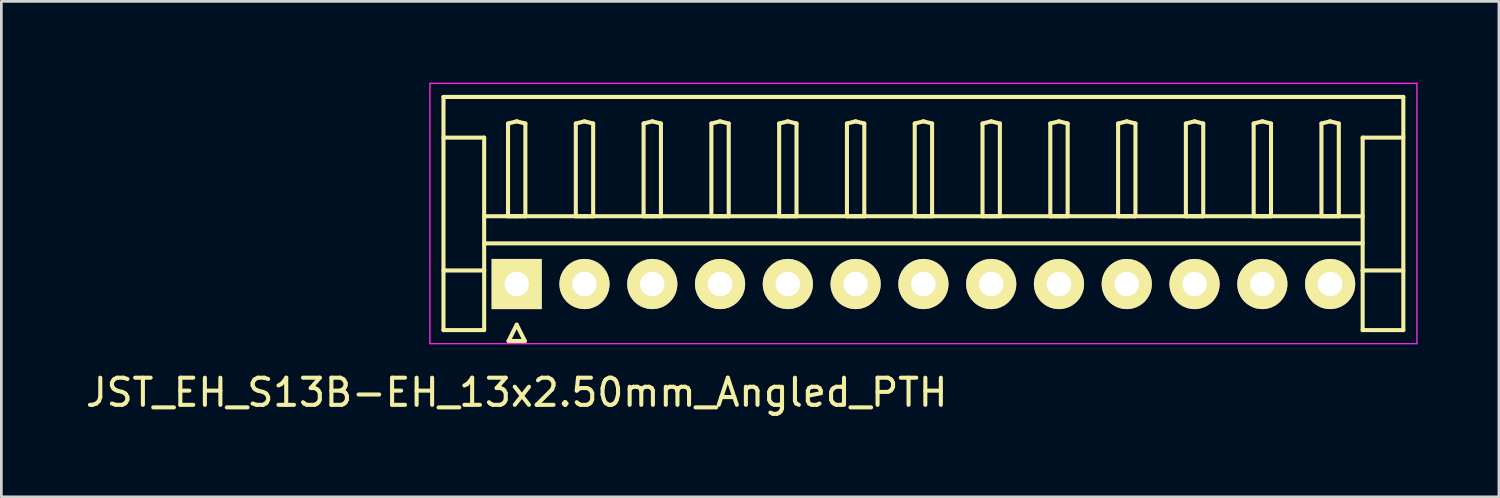
<source format=kicad_pcb>
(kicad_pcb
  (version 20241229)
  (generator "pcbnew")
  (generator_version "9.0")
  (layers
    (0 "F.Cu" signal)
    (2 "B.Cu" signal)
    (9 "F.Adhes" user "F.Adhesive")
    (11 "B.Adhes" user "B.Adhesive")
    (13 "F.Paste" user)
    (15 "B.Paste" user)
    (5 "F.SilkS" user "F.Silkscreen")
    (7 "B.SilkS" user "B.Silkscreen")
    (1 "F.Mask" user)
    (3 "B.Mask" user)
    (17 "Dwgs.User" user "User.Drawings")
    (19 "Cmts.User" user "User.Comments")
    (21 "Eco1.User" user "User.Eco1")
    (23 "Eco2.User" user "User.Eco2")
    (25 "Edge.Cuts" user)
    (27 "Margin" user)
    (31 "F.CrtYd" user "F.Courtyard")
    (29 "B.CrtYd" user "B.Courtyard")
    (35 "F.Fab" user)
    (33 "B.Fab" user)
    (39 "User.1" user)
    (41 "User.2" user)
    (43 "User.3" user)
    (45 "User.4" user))
  (footprint "JST_EH_S13B-EH_13x2.50mm_Angled_PTH"
    (layer "F.Cu")
    (at 16.006 7.425)
    (property "Reference" "JST_EH_S13B-EH_13x2.50mm_Angled_PTH" (at 0 4 0) (layer "F.SilkS") (effects (font (size 1 1) (thickness 0.15))))
    (attr through_hole)
    (fp_line (start -2.7 -6.9) (end 32.7 -6.9) (stroke (width 0.15) (type solid)) (layer "F.SilkS"))
    (fp_line (start -2.7 -5.4) (end -1.2 -5.4) (stroke (width 0.15) (type solid)) (layer "F.SilkS"))
    (fp_line (start -2.7 1.7) (end -2.7 -6.9) (stroke (width 0.15) (type solid)) (layer "F.SilkS"))
    (fp_line (start -1.2 -5.4) (end -1.2 -0.5) (stroke (width 0.15) (type solid)) (layer "F.SilkS"))
    (fp_line (start -1.2 -2.5) (end 31.2 -2.5) (stroke (width 0.15) (type solid)) (layer "F.SilkS"))
    (fp_line (start -1.2 -1.5) (end 31.2 -1.5) (stroke (width 0.15) (type solid)) (layer "F.SilkS"))
    (fp_line (start -1.2 -0.5) (end -2.7 -0.5) (stroke (width 0.15) (type solid)) (layer "F.SilkS"))
    (fp_line (start -1.2 -0.5) (end -1.2 1.7) (stroke (width 0.15) (type solid)) (layer "F.SilkS"))
    (fp_line (start -1.2 1.7) (end -2.7 1.7) (stroke (width 0.15) (type solid)) (layer "F.SilkS"))
    (fp_line (start -0.32 -5.92) (end 0 -6) (stroke (width 0.15) (type solid)) (layer "F.SilkS"))
    (fp_line (start -0.32 -2.5) (end -0.32 -5.92) (stroke (width 0.15) (type solid)) (layer "F.SilkS"))
    (fp_line (start -0.3 2.1) (end 0.3 2.1) (stroke (width 0.15) (type solid)) (layer "F.SilkS"))
    (fp_line (start 0 -6) (end 0.32 -5.92) (stroke (width 0.15) (type solid)) (layer "F.SilkS"))
    (fp_line (start 0 -2.5) (end -0.32 -2.5) (stroke (width 0.15) (type solid)) (layer "F.SilkS"))
    (fp_line (start 0 1.5) (end -0.3 2.1) (stroke (width 0.15) (type solid)) (layer "F.SilkS"))
    (fp_line (start 0.3 2.1) (end 0 1.5) (stroke (width 0.15) (type solid)) (layer "F.SilkS"))
    (fp_line (start 0.32 -5.92) (end 0.32 -2.5) (stroke (width 0.15) (type solid)) (layer "F.SilkS"))
    (fp_line (start 0.32 -2.5) (end 0 -2.5) (stroke (width 0.15) (type solid)) (layer "F.SilkS"))
    (fp_line (start 2.18 -5.92) (end 2.5 -6) (stroke (width 0.15) (type solid)) (layer "F.SilkS"))
    (fp_line (start 2.18 -2.5) (end 2.18 -5.92) (stroke (width 0.15) (type solid)) (layer "F.SilkS"))
    (fp_line (start 2.5 -6) (end 2.82 -5.92) (stroke (width 0.15) (type solid)) (layer "F.SilkS"))
    (fp_line (start 2.5 -2.5) (end 2.18 -2.5) (stroke (width 0.15) (type solid)) (layer "F.SilkS"))
    (fp_line (start 2.82 -5.92) (end 2.82 -2.5) (stroke (width 0.15) (type solid)) (layer "F.SilkS"))
    (fp_line (start 2.82 -2.5) (end 2.5 -2.5) (stroke (width 0.15) (type solid)) (layer "F.SilkS"))
    (fp_line (start 4.68 -5.92) (end 5 -6) (stroke (width 0.15) (type solid)) (layer "F.SilkS"))
    (fp_line (start 4.68 -2.5) (end 4.68 -5.92) (stroke (width 0.15) (type solid)) (layer "F.SilkS"))
    (fp_line (start 5 -6) (end 5.32 -5.92) (stroke (width 0.15) (type solid)) (layer "F.SilkS"))
    (fp_line (start 5 -2.5) (end 4.68 -2.5) (stroke (width 0.15) (type solid)) (layer "F.SilkS"))
    (fp_line (start 5.32 -5.92) (end 5.32 -2.5) (stroke (width 0.15) (type solid)) (layer "F.SilkS"))
    (fp_line (start 5.32 -2.5) (end 5 -2.5) (stroke (width 0.15) (type solid)) (layer "F.SilkS"))
    (fp_line (start 7.18 -5.92) (end 7.5 -6) (stroke (width 0.15) (type solid)) (layer "F.SilkS"))
    (fp_line (start 7.18 -2.5) (end 7.18 -5.92) (stroke (width 0.15) (type solid)) (layer "F.SilkS"))
    (fp_line (start 7.5 -6) (end 7.82 -5.92) (stroke (width 0.15) (type solid)) (layer "F.SilkS"))
    (fp_line (start 7.5 -2.5) (end 7.18 -2.5) (stroke (width 0.15) (type solid)) (layer "F.SilkS"))
    (fp_line (start 7.82 -5.92) (end 7.82 -2.5) (stroke (width 0.15) (type solid)) (layer "F.SilkS"))
    (fp_line (start 7.82 -2.5) (end 7.5 -2.5) (stroke (width 0.15) (type solid)) (layer "F.SilkS"))
    (fp_line (start 9.68 -5.92) (end 10 -6) (stroke (width 0.15) (type solid)) (layer "F.SilkS"))
    (fp_line (start 9.68 -2.5) (end 9.68 -5.92) (stroke (width 0.15) (type solid)) (layer "F.SilkS"))
    (fp_line (start 10 -6) (end 10.32 -5.92) (stroke (width 0.15) (type solid)) (layer "F.SilkS"))
    (fp_line (start 10 -2.5) (end 9.68 -2.5) (stroke (width 0.15) (type solid)) (layer "F.SilkS"))
    (fp_line (start 10.32 -5.92) (end 10.32 -2.5) (stroke (width 0.15) (type solid)) (layer "F.SilkS"))
    (fp_line (start 10.32 -2.5) (end 10 -2.5) (stroke (width 0.15) (type solid)) (layer "F.SilkS"))
    (fp_line (start 12.18 -5.92) (end 12.5 -6) (stroke (width 0.15) (type solid)) (layer "F.SilkS"))
    (fp_line (start 12.18 -2.5) (end 12.18 -5.92) (stroke (width 0.15) (type solid)) (layer "F.SilkS"))
    (fp_line (start 12.5 -6) (end 12.82 -5.92) (stroke (width 0.15) (type solid)) (layer "F.SilkS"))
    (fp_line (start 12.5 -2.5) (end 12.18 -2.5) (stroke (width 0.15) (type solid)) (layer "F.SilkS"))
    (fp_line (start 12.82 -5.92) (end 12.82 -2.5) (stroke (width 0.15) (type solid)) (layer "F.SilkS"))
    (fp_line (start 12.82 -2.5) (end 12.5 -2.5) (stroke (width 0.15) (type solid)) (layer "F.SilkS"))
    (fp_line (start 14.68 -5.92) (end 15 -6) (stroke (width 0.15) (type solid)) (layer "F.SilkS"))
    (fp_line (start 14.68 -2.5) (end 14.68 -5.92) (stroke (width 0.15) (type solid)) (layer "F.SilkS"))
    (fp_line (start 15 -6) (end 15.32 -5.92) (stroke (width 0.15) (type solid)) (layer "F.SilkS"))
    (fp_line (start 15 -2.5) (end 14.68 -2.5) (stroke (width 0.15) (type solid)) (layer "F.SilkS"))
    (fp_line (start 15.32 -5.92) (end 15.32 -2.5) (stroke (width 0.15) (type solid)) (layer "F.SilkS"))
    (fp_line (start 15.32 -2.5) (end 15 -2.5) (stroke (width 0.15) (type solid)) (layer "F.SilkS"))
    (fp_line (start 17.18 -5.92) (end 17.5 -6) (stroke (width 0.15) (type solid)) (layer "F.SilkS"))
    (fp_line (start 17.18 -2.5) (end 17.18 -5.92) (stroke (width 0.15) (type solid)) (layer "F.SilkS"))
    (fp_line (start 17.5 -6) (end 17.82 -5.92) (stroke (width 0.15) (type solid)) (layer "F.SilkS"))
    (fp_line (start 17.5 -2.5) (end 17.18 -2.5) (stroke (width 0.15) (type solid)) (layer "F.SilkS"))
    (fp_line (start 17.82 -5.92) (end 17.82 -2.5) (stroke (width 0.15) (type solid)) (layer "F.SilkS"))
    (fp_line (start 17.82 -2.5) (end 17.5 -2.5) (stroke (width 0.15) (type solid)) (layer "F.SilkS"))
    (fp_line (start 19.68 -5.92) (end 20 -6) (stroke (width 0.15) (type solid)) (layer "F.SilkS"))
    (fp_line (start 19.68 -2.5) (end 19.68 -5.92) (stroke (width 0.15) (type solid)) (layer "F.SilkS"))
    (fp_line (start 20 -6) (end 20.32 -5.92) (stroke (width 0.15) (type solid)) (layer "F.SilkS"))
    (fp_line (start 20 -2.5) (end 19.68 -2.5) (stroke (width 0.15) (type solid)) (layer "F.SilkS"))
    (fp_line (start 20.32 -5.92) (end 20.32 -2.5) (stroke (width 0.15) (type solid)) (layer "F.SilkS"))
    (fp_line (start 20.32 -2.5) (end 20 -2.5) (stroke (width 0.15) (type solid)) (layer "F.SilkS"))
    (fp_line (start 22.18 -5.92) (end 22.5 -6) (stroke (width 0.15) (type solid)) (layer "F.SilkS"))
    (fp_line (start 22.18 -2.5) (end 22.18 -5.92) (stroke (width 0.15) (type solid)) (layer "F.SilkS"))
    (fp_line (start 22.5 -6) (end 22.82 -5.92) (stroke (width 0.15) (type solid)) (layer "F.SilkS"))
    (fp_line (start 22.5 -2.5) (end 22.18 -2.5) (stroke (width 0.15) (type solid)) (layer "F.SilkS"))
    (fp_line (start 22.82 -5.92) (end 22.82 -2.5) (stroke (width 0.15) (type solid)) (layer "F.SilkS"))
    (fp_line (start 22.82 -2.5) (end 22.5 -2.5) (stroke (width 0.15) (type solid)) (layer "F.SilkS"))
    (fp_line (start 24.68 -5.92) (end 25 -6) (stroke (width 0.15) (type solid)) (layer "F.SilkS"))
    (fp_line (start 24.68 -2.5) (end 24.68 -5.92) (stroke (width 0.15) (type solid)) (layer "F.SilkS"))
    (fp_line (start 25 -6) (end 25.32 -5.92) (stroke (width 0.15) (type solid)) (layer "F.SilkS"))
    (fp_line (start 25 -2.5) (end 24.68 -2.5) (stroke (width 0.15) (type solid)) (layer "F.SilkS"))
    (fp_line (start 25.32 -5.92) (end 25.32 -2.5) (stroke (width 0.15) (type solid)) (layer "F.SilkS"))
    (fp_line (start 25.32 -2.5) (end 25 -2.5) (stroke (width 0.15) (type solid)) (layer "F.SilkS"))
    (fp_line (start 27.18 -5.92) (end 27.5 -6) (stroke (width 0.15) (type solid)) (layer "F.SilkS"))
    (fp_line (start 27.18 -2.5) (end 27.18 -5.92) (stroke (width 0.15) (type solid)) (layer "F.SilkS"))
    (fp_line (start 27.5 -6) (end 27.82 -5.92) (stroke (width 0.15) (type solid)) (layer "F.SilkS"))
    (fp_line (start 27.5 -2.5) (end 27.18 -2.5) (stroke (width 0.15) (type solid)) (layer "F.SilkS"))
    (fp_line (start 27.82 -5.92) (end 27.82 -2.5) (stroke (width 0.15) (type solid)) (layer "F.SilkS"))
    (fp_line (start 27.82 -2.5) (end 27.5 -2.5) (stroke (width 0.15) (type solid)) (layer "F.SilkS"))
    (fp_line (start 29.68 -5.92) (end 30 -6) (stroke (width 0.15) (type solid)) (layer "F.SilkS"))
    (fp_line (start 29.68 -2.5) (end 29.68 -5.92) (stroke (width 0.15) (type solid)) (layer "F.SilkS"))
    (fp_line (start 30 -6) (end 30.32 -5.92) (stroke (width 0.15) (type solid)) (layer "F.SilkS"))
    (fp_line (start 30 -2.5) (end 29.68 -2.5) (stroke (width 0.15) (type solid)) (layer "F.SilkS"))
    (fp_line (start 30.32 -5.92) (end 30.32 -2.5) (stroke (width 0.15) (type solid)) (layer "F.SilkS"))
    (fp_line (start 30.32 -2.5) (end 30 -2.5) (stroke (width 0.15) (type solid)) (layer "F.SilkS"))
    (fp_line (start 31.2 -5.4) (end 31.2 -0.5) (stroke (width 0.15) (type solid)) (layer "F.SilkS"))
    (fp_line (start 31.2 -0.5) (end 32.7 -0.5) (stroke (width 0.15) (type solid)) (layer "F.SilkS"))
    (fp_line (start 31.2 1.7) (end 31.2 -0.5) (stroke (width 0.15) (type solid)) (layer "F.SilkS"))
    (fp_line (start 32.7 -6.9) (end 32.7 1.7) (stroke (width 0.15) (type solid)) (layer "F.SilkS"))
    (fp_line (start 32.7 -5.4) (end 31.2 -5.4) (stroke (width 0.15) (type solid)) (layer "F.SilkS"))
    (fp_line (start 32.7 1.7) (end 31.2 1.7) (stroke (width 0.15) (type solid)) (layer "F.SilkS"))
    (fp_line (start -3.2 -7.4) (end -3.2 2.2) (stroke (width 0.05) (type solid)) (layer "F.CrtYd"))
    (fp_line (start -3.2 2.2) (end 33.2 2.2) (stroke (width 0.05) (type solid)) (layer "F.CrtYd"))
    (fp_line (start 33.2 -7.4) (end -3.2 -7.4) (stroke (width 0.05) (type solid)) (layer "F.CrtYd"))
    (fp_line (start 33.2 2.2) (end 33.2 -7.4) (stroke (width 0.05) (type solid)) (layer "F.CrtYd"))
    (pad "1" thru_hole rect (at 0 0) (size 1.85 1.85) (drill 0.9) (layers "*.Cu" "*.Mask" "F.SilkS"))
    (pad "2" thru_hole circle (at 2.5 0) (size 1.85 1.85) (drill 0.9) (layers "*.Cu" "*.Mask" "F.SilkS"))
    (pad "3" thru_hole circle (at 5 0) (size 1.85 1.85) (drill 0.9) (layers "*.Cu" "*.Mask" "F.SilkS"))
    (pad "4" thru_hole circle (at 7.5 0) (size 1.85 1.85) (drill 0.9) (layers "*.Cu" "*.Mask" "F.SilkS"))
    (pad "5" thru_hole circle (at 10 0) (size 1.85 1.85) (drill 0.9) (layers "*.Cu" "*.Mask" "F.SilkS"))
    (pad "6" thru_hole circle (at 12.5 0) (size 1.85 1.85) (drill 0.9) (layers "*.Cu" "*.Mask" "F.SilkS"))
    (pad "7" thru_hole circle (at 15 0) (size 1.85 1.85) (drill 0.9) (layers "*.Cu" "*.Mask" "F.SilkS"))
    (pad "8" thru_hole circle (at 17.5 0) (size 1.85 1.85) (drill 0.9) (layers "*.Cu" "*.Mask" "F.SilkS"))
    (pad "9" thru_hole circle (at 20 0) (size 1.85 1.85) (drill 0.9) (layers "*.Cu" "*.Mask" "F.SilkS"))
    (pad "10" thru_hole circle (at 22.5 0) (size 1.85 1.85) (drill 0.9) (layers "*.Cu" "*.Mask" "F.SilkS"))
    (pad "11" thru_hole circle (at 25 0) (size 1.85 1.85) (drill 0.9) (layers "*.Cu" "*.Mask" "F.SilkS"))
    (pad "12" thru_hole circle (at 27.5 0) (size 1.85 1.85) (drill 0.9) (layers "*.Cu" "*.Mask" "F.SilkS"))
    (pad "13" thru_hole circle (at 30 0) (size 1.85 1.85) (drill 0.9) (layers "*.Cu" "*.Mask" "F.SilkS")))
  (gr_rect
    (start -3 -3)
    (end 52.231 15.273)
    (stroke (width 0.1) (type default))
    (fill no)
    (layer "Edge.Cuts")))
</source>
